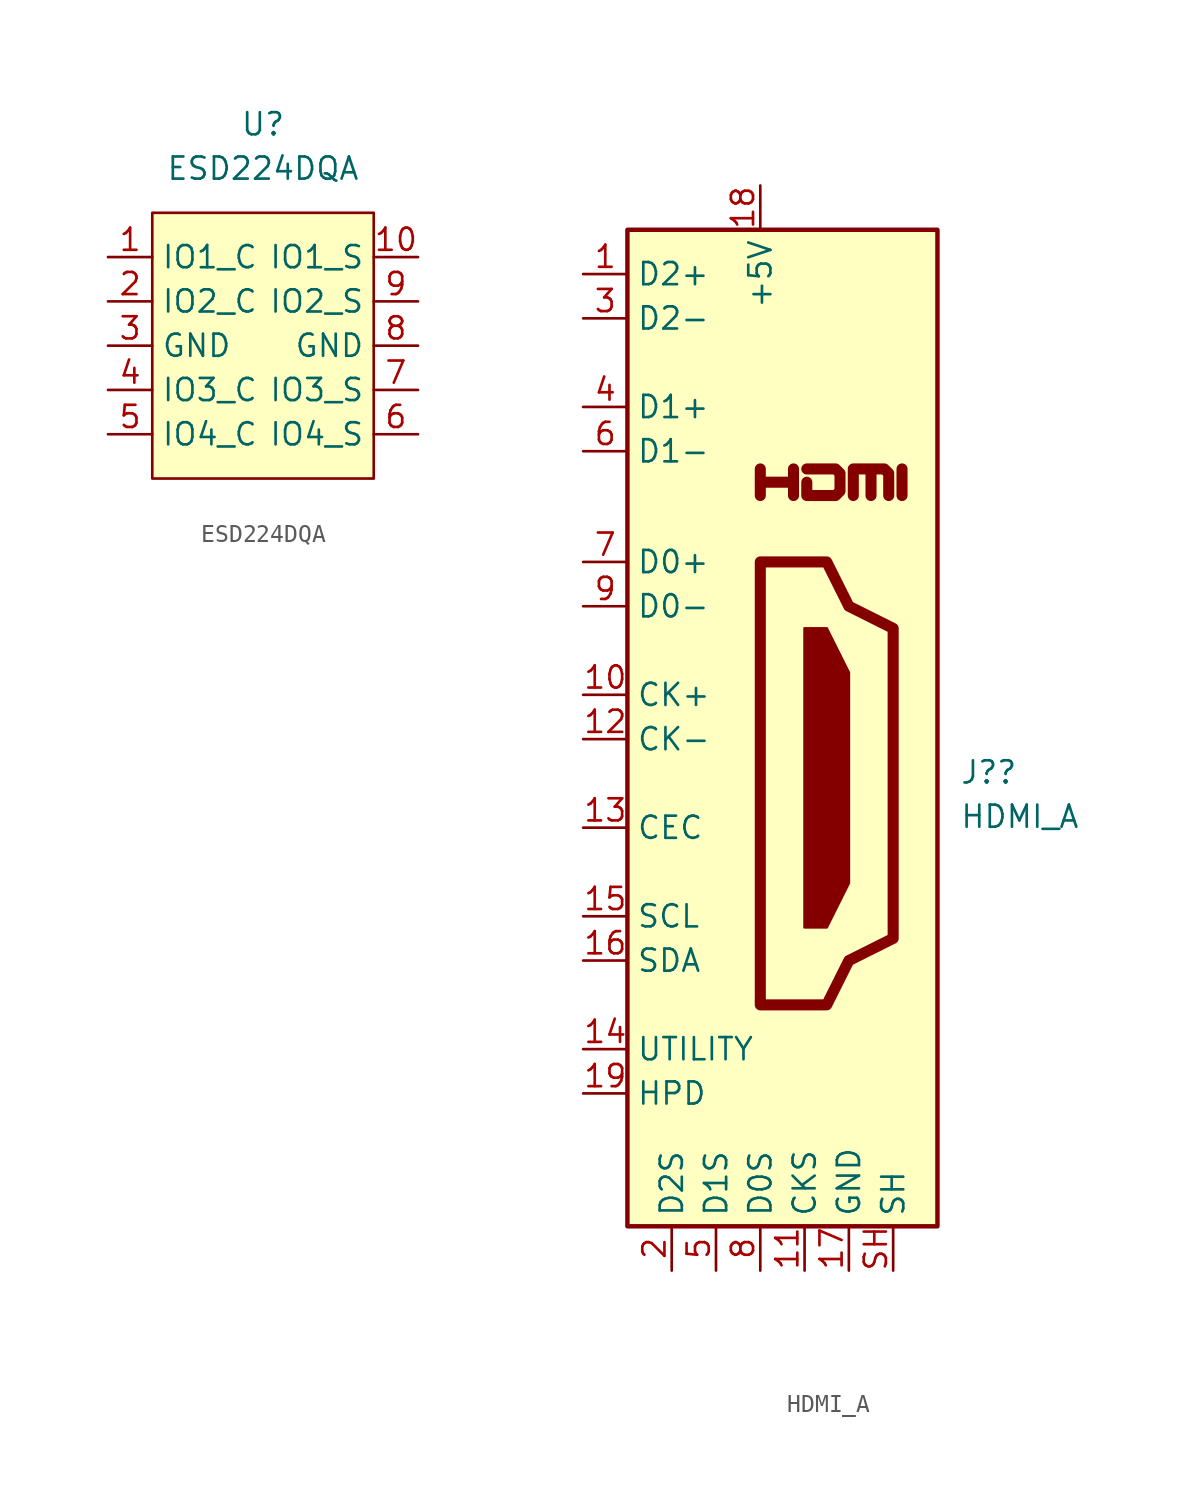
<source format=kicad_sym>
(kicad_symbol_lib
  (version 20220126)
  (generator kicad_symbol_editor)
  (symbol "ESD224DQA"
    (property "Reference" "U"
      (at 0 2.54 0)
      (effects (font (size 1.27 1.27))))
    (property "Value" "ESD224DQA"
      (at 0 0 0)
      (effects (font (size 1.27 1.27))))
    (symbol "ESD224DQA_0_1"
      (rectangle (start -6.35 -2.54) (end 6.35 -17.78) (stroke (width 0.152) (type default)) (fill (type background))))
    (symbol "ESD224DQA_1_1"
      (pin input line (at -8.89 -5.08 0) (length 2.54) (name "IO1_C" (effects (font (size 1.27 1.27)))) (number "1" (effects (font (size 1.27 1.27)))))
      (pin input line (at 8.89 -5.08 180) (length 2.54) (name "IO1_S" (effects (font (size 1.27 1.27)))) (number "10" (effects (font (size 1.27 1.27)))))
      (pin input line (at -8.89 -7.62 0) (length 2.54) (name "IO2_C" (effects (font (size 1.27 1.27)))) (number "2" (effects (font (size 1.27 1.27)))))
      (pin input line (at -8.89 -10.16 0) (length 2.54) (name "GND" (effects (font (size 1.27 1.27)))) (number "3" (effects (font (size 1.27 1.27)))))
      (pin input line (at -8.89 -12.7 0) (length 2.54) (name "IO3_C" (effects (font (size 1.27 1.27)))) (number "4" (effects (font (size 1.27 1.27)))))
      (pin input line (at -8.89 -15.24 0) (length 2.54) (name "IO4_C" (effects (font (size 1.27 1.27)))) (number "5" (effects (font (size 1.27 1.27)))))
      (pin input line (at 8.89 -15.24 180) (length 2.54) (name "IO4_S" (effects (font (size 1.27 1.27)))) (number "6" (effects (font (size 1.27 1.27)))))
      (pin input line (at 8.89 -12.7 180) (length 2.54) (name "IO3_S" (effects (font (size 1.27 1.27)))) (number "7" (effects (font (size 1.27 1.27)))))
      (pin input line (at 8.89 -10.16 180) (length 2.54) (name "GND" (effects (font (size 1.27 1.27)))) (number "8" (effects (font (size 1.27 1.27)))))
      (pin input line (at 8.89 -7.62 180) (length 2.54) (name "IO2_S" (effects (font (size 1.27 1.27)))) (number "9" (effects (font (size 1.27 1.27)))))))
  (symbol "HDMI_A"
    (property "Reference" "J?"
      (at 11.43 0.635 0)
      (effects (font (size 1.27 1.27)) (justify left)))
    (property "Value" "HDMI_A"
      (at 11.43 -1.905 0)
      (effects (font (size 1.27 1.27)) (justify left)))
    (symbol "HDMI_A_0_0"
      (polyline (pts (xy 8.128 16.51) (xy 8.128 18.034)) (stroke (width 0.635) (type default)) (fill (type none)))
      (polyline (pts (xy 0 16.51) (xy 0 18.034) (xy 0 17.272) (xy 1.905 17.272) (xy 1.905 18.034) (xy 1.905 16.51)) (stroke (width 0.635) (type default)) (fill (type none)))
      (polyline (pts (xy 2.667 18.034) (xy 4.318 18.034) (xy 4.572 17.78) (xy 4.572 16.764) (xy 4.318 16.51) (xy 2.667 16.51) (xy 2.667 17.272)) (stroke (width 0.635) (type default)) (fill (type none))))
    (symbol "HDMI_A_0_1"
      (rectangle (start -7.62 31.75) (end 10.16 -25.4) (stroke (width 0.254) (type default)) (fill (type background)))
      (polyline (pts (xy 2.54 8.89) (xy 3.81 8.89) (xy 5.08 6.35) (xy 5.08 -5.715) (xy 3.81 -8.255) (xy 2.54 -8.255) (xy 2.54 8.89)) (stroke (width 0) (type default)) (fill (type outline)))
      (polyline (pts (xy 5.334 16.51) (xy 5.334 18.034) (xy 6.35 18.034) (xy 6.35 16.51) (xy 6.35 18.034) (xy 7.112 18.034) (xy 7.366 17.78) (xy 7.366 16.51)) (stroke (width 0.635) (type default)) (fill (type none)))
      (polyline (pts (xy 0 12.7) (xy 0 -12.7) (xy 3.81 -12.7) (xy 5.08 -10.16) (xy 7.62 -8.89) (xy 7.62 8.89) (xy 5.08 10.16) (xy 3.81 12.7) (xy 0 12.7)) (stroke (width 0.635) (type default)) (fill (type none))))
    (symbol "HDMI_A_1_1"
      (pin passive line (at -10.16 29.21 0) (length 2.54) (name "D2+" (effects (font (size 1.27 1.27)))) (number "1" (effects (font (size 1.27 1.27)))))
      (pin passive line (at -10.16 5.08 0) (length 2.54) (name "CK+" (effects (font (size 1.27 1.27)))) (number "10" (effects (font (size 1.27 1.27)))))
      (pin power_in line (at 2.54 -27.94 90) (length 2.54) (name "CKS" (effects (font (size 1.27 1.27)))) (number "11" (effects (font (size 1.27 1.27)))))
      (pin passive line (at -10.16 2.54 0) (length 2.54) (name "CK-" (effects (font (size 1.27 1.27)))) (number "12" (effects (font (size 1.27 1.27)))))
      (pin bidirectional line (at -10.16 -2.54 0) (length 2.54) (name "CEC" (effects (font (size 1.27 1.27)))) (number "13" (effects (font (size 1.27 1.27)))))
      (pin passive line (at -10.16 -15.24 0) (length 2.54) (name "UTILITY" (effects (font (size 1.27 1.27)))) (number "14" (effects (font (size 1.27 1.27)))))
      (pin passive line (at -10.16 -7.62 0) (length 2.54) (name "SCL" (effects (font (size 1.27 1.27)))) (number "15" (effects (font (size 1.27 1.27)))))
      (pin bidirectional line (at -10.16 -10.16 0) (length 2.54) (name "SDA" (effects (font (size 1.27 1.27)))) (number "16" (effects (font (size 1.27 1.27)))))
      (pin power_in line (at 5.08 -27.94 90) (length 2.54) (name "GND" (effects (font (size 1.27 1.27)))) (number "17" (effects (font (size 1.27 1.27)))))
      (pin power_in line (at 0 34.29 270) (length 2.54) (name "+5V" (effects (font (size 1.27 1.27)))) (number "18" (effects (font (size 1.27 1.27)))))
      (pin passive line (at -10.16 -17.78 0) (length 2.54) (name "HPD" (effects (font (size 1.27 1.27)))) (number "19" (effects (font (size 1.27 1.27)))))
      (pin power_in line (at -5.08 -27.94 90) (length 2.54) (name "D2S" (effects (font (size 1.27 1.27)))) (number "2" (effects (font (size 1.27 1.27)))))
      (pin passive line (at -10.16 26.67 0) (length 2.54) (name "D2-" (effects (font (size 1.27 1.27)))) (number "3" (effects (font (size 1.27 1.27)))))
      (pin passive line (at -10.16 21.59 0) (length 2.54) (name "D1+" (effects (font (size 1.27 1.27)))) (number "4" (effects (font (size 1.27 1.27)))))
      (pin power_in line (at -2.54 -27.94 90) (length 2.54) (name "D1S" (effects (font (size 1.27 1.27)))) (number "5" (effects (font (size 1.27 1.27)))))
      (pin passive line (at -10.16 19.05 0) (length 2.54) (name "D1-" (effects (font (size 1.27 1.27)))) (number "6" (effects (font (size 1.27 1.27)))))
      (pin passive line (at -10.16 12.7 0) (length 2.54) (name "D0+" (effects (font (size 1.27 1.27)))) (number "7" (effects (font (size 1.27 1.27)))))
      (pin power_in line (at 0 -27.94 90) (length 2.54) (name "D0S" (effects (font (size 1.27 1.27)))) (number "8" (effects (font (size 1.27 1.27)))))
      (pin passive line (at -10.16 10.16 0) (length 2.54) (name "D0-" (effects (font (size 1.27 1.27)))) (number "9" (effects (font (size 1.27 1.27)))))
      (pin passive line (at 7.62 -27.94 90) (length 2.54) (name "SH" (effects (font (size 1.27 1.27)))) (number "SH" (effects (font (size 1.27 1.27))))))))
</source>
